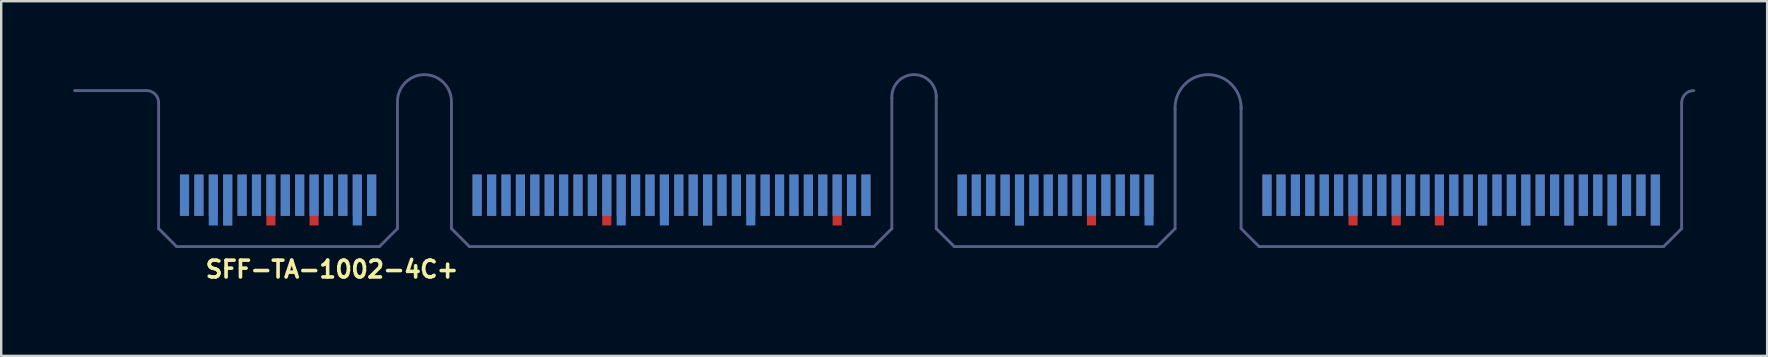
<source format=kicad_pcb>
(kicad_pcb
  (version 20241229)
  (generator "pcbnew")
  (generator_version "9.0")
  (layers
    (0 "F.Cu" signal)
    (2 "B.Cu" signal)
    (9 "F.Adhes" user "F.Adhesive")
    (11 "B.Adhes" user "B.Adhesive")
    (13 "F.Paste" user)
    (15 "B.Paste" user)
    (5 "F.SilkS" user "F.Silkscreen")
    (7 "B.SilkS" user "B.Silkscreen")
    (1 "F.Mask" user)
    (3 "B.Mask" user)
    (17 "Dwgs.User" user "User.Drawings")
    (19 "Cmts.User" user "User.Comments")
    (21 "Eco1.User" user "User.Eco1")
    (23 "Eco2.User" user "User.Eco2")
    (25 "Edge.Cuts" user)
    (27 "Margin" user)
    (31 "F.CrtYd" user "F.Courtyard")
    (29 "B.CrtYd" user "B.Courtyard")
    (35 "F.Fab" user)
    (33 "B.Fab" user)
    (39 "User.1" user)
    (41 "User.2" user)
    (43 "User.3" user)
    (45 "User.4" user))
  (footprint "SFF-TA-1002-4C+"
    (layer "F.Cu")
    (at 35.04 5.286)
    (property "Reference" "SFF-TA-1002-4C+" (at -29.6 3.3 0) (layer "F.SilkS") (effects (font (size 0.7 0.7) (thickness 0.15)) (justify left bottom)))
    (attr through_hole)
    (fp_line (start -34.98 -4.56) (end -31.98 -4.56) (stroke (width 0.12) (type solid)) (layer "B.Fab"))
    (fp_line (start -31.48 1.19) (end -31.48 -4.06) (stroke (width 0.12) (type solid)) (layer "B.Fab"))
    (fp_line (start -30.73 1.94) (end -31.48 1.19) (stroke (width 0.12) (type solid)) (layer "B.Fab"))
    (fp_line (start -30.73 1.94) (end -22.275 1.94) (stroke (width 0.12) (type solid)) (layer "B.Fab"))
    (fp_line (start -21.525 1.19) (end -22.275 1.94) (stroke (width 0.12) (type solid)) (layer "B.Fab"))
    (fp_line (start -21.525 1.19) (end -21.525 -4.06) (stroke (width 0.12) (type solid)) (layer "B.Fab"))
    (fp_line (start -19.275 1.19) (end -19.275 -4.06) (stroke (width 0.12) (type solid)) (layer "B.Fab"))
    (fp_line (start -19.275 1.19) (end -18.525 1.94) (stroke (width 0.12) (type solid)) (layer "B.Fab"))
    (fp_line (start -18.525 1.94) (end -1.67 1.94) (stroke (width 0.12) (type solid)) (layer "B.Fab"))
    (fp_line (start -0.92 1.19) (end -1.67 1.94) (stroke (width 0.12) (type solid)) (layer "B.Fab"))
    (fp_line (start -0.92 1.19) (end -0.92 -4.26) (stroke (width 0.12) (type solid)) (layer "B.Fab"))
    (fp_line (start 0.93 1.19) (end 0.93 -4.34) (stroke (width 0.12) (type solid)) (layer "B.Fab"))
    (fp_line (start 0.93 1.19) (end 1.68 1.94) (stroke (width 0.12) (type solid)) (layer "B.Fab"))
    (fp_line (start 1.68 1.94) (end 10.135 1.94) (stroke (width 0.12) (type solid)) (layer "B.Fab"))
    (fp_line (start 10.135 1.94) (end 10.885 1.19) (stroke (width 0.12) (type solid)) (layer "B.Fab"))
    (fp_line (start 10.885 1.19) (end 10.885 -3.81) (stroke (width 0.12) (type solid)) (layer "B.Fab"))
    (fp_line (start 13.635 1.19) (end 13.635 -3.89) (stroke (width 0.12) (type solid)) (layer "B.Fab"))
    (fp_line (start 14.385 1.94) (end 13.635 1.19) (stroke (width 0.12) (type solid)) (layer "B.Fab"))
    (fp_line (start 14.385 1.94) (end 31.245 1.94) (stroke (width 0.12) (type solid)) (layer "B.Fab"))
    (fp_line (start 31.995 1.19) (end 31.245 1.94) (stroke (width 0.12) (type solid)) (layer "B.Fab"))
    (fp_line (start 31.995 1.19) (end 31.995 -4.06) (stroke (width 0.12) (type solid)) (layer "B.Fab"))
    (fp_arc (start -31.98 -4.56) (mid -31.626447 -4.413553) (end -31.48 -4.06) (stroke (width 0.12) (type solid)) (layer "B.Fab"))
    (fp_arc (start -21.525 -4.06) (mid -20.4 -5.225711) (end -19.275 -4.06) (stroke (width 0.12) (type solid)) (layer "B.Fab"))
    (fp_arc (start -0.92 -4.26) (mid -0.015005 -5.225648) (end 0.930864 -4.3) (stroke (width 0.12) (type solid)) (layer "B.Fab"))
    (fp_arc (start 10.885 -3.81) (mid 12.264997 -5.225573) (end 13.634673 -3.800012) (stroke (width 0.12) (type solid)) (layer "B.Fab"))
    (fp_arc (start 32 -4.06) (mid 32.146447 -4.413553) (end 32.5 -4.56) (stroke (width 0.12) (type solid)) (layer "B.Fab"))
    (pad "A1" smd rect (at -18.205 -0.2) (size 0.38 1.72) (layers "B.Cu" "B.Mask"))
    (pad "A2" smd rect (at -17.6 -0.2) (size 0.38 1.72) (layers "B.Cu" "B.Mask"))
    (pad "A3" smd rect (at -17 -0.2) (size 0.38 1.72) (layers "B.Cu" "B.Mask"))
    (pad "A4" smd rect (at -16.4 -0.2) (size 0.38 1.72) (layers "B.Cu" "B.Mask"))
    (pad "A5" smd rect (at -15.8 -0.2) (size 0.38 1.72) (layers "B.Cu" "B.Mask"))
    (pad "A6" smd rect (at -15.2 -0.2) (size 0.38 1.72) (layers "B.Cu" "B.Mask"))
    (pad "A7" smd rect (at -14.6 -0.2) (size 0.38 1.72) (layers "B.Cu" "B.Mask"))
    (pad "A8" smd rect (at -14 -0.2) (size 0.38 1.72) (layers "B.Cu" "B.Mask"))
    (pad "A9" smd rect (at -13.4 -0.2) (size 0.38 1.72) (layers "B.Cu" "B.Mask"))
    (pad "A10" smd rect (at -12.8 -0.2) (size 0.38 1.72) (layers "B.Cu" "B.Mask"))
    (pad "A11" smd rect (at -12.2 0) (size 0.38 2.12) (layers "B.Cu" "B.Mask"))
    (pad "A12" smd rect (at -11.6 -0.2) (size 0.38 1.72) (layers "B.Cu" "B.Mask"))
    (pad "A13" smd rect (at -11 -0.2) (size 0.38 1.72) (layers "B.Cu" "B.Mask"))
    (pad "A14" smd rect (at -10.4 0) (size 0.38 2.12) (layers "B.Cu" "B.Mask"))
    (pad "A15" smd rect (at -9.8 -0.2) (size 0.38 1.72) (layers "B.Cu" "B.Mask"))
    (pad "A16" smd rect (at -9.2 -0.2) (size 0.38 1.72) (layers "B.Cu" "B.Mask"))
    (pad "A17" smd rect (at -8.6 0) (size 0.38 2.12) (layers "B.Cu" "B.Mask"))
    (pad "A18" smd rect (at -8 -0.2) (size 0.38 1.72) (layers "B.Cu" "B.Mask"))
    (pad "A19" smd rect (at -7.4 -0.2) (size 0.38 1.72) (layers "B.Cu" "B.Mask"))
    (pad "A20" smd rect (at -6.8 0) (size 0.38 2.12) (layers "B.Cu" "B.Mask"))
    (pad "A21" smd rect (at -6.2 -0.2) (size 0.38 1.72) (layers "B.Cu" "B.Mask"))
    (pad "A22" smd rect (at -5.6 -0.2) (size 0.38 1.72) (layers "B.Cu" "B.Mask"))
    (pad "A23" smd rect (at -5 -0.2) (size 0.38 1.72) (layers "B.Cu" "B.Mask"))
    (pad "A24" smd rect (at -4.4 -0.2) (size 0.38 1.72) (layers "B.Cu" "B.Mask"))
    (pad "A25" smd rect (at -3.8 -0.2) (size 0.38 1.72) (layers "B.Cu" "B.Mask"))
    (pad "A26" smd rect (at -3.2 -0.2) (size 0.38 1.72) (layers "B.Cu" "B.Mask"))
    (pad "A27" smd rect (at -2.6 -0.2) (size 0.38 1.72) (layers "B.Cu" "B.Mask"))
    (pad "A28" smd rect (at -2 -0.2) (size 0.38 1.72) (layers "B.Cu" "B.Mask"))
    (pad "A29" smd rect (at 2.01 -0.2) (size 0.38 1.72) (layers "B.Cu" "B.Mask"))
    (pad "A30" smd rect (at 2.6 -0.2) (size 0.38 1.72) (layers "B.Cu" "B.Mask"))
    (pad "A31" smd rect (at 3.2 -0.2) (size 0.38 1.72) (layers "B.Cu" "B.Mask"))
    (pad "A32" smd rect (at 3.8 -0.2) (size 0.38 1.72) (layers "B.Cu" "B.Mask"))
    (pad "A33" smd rect (at 4.4 0) (size 0.38 2.12) (layers "B.Cu" "B.Mask"))
    (pad "A34" smd rect (at 5 -0.2) (size 0.38 1.72) (layers "B.Cu" "B.Mask"))
    (pad "A35" smd rect (at 5.6 -0.2) (size 0.38 1.72) (layers "B.Cu" "B.Mask"))
    (pad "A36" smd rect (at 6.2 -0.2) (size 0.38 1.72) (layers "B.Cu" "B.Mask"))
    (pad "A37" smd rect (at 6.8 -0.2) (size 0.38 1.72) (layers "B.Cu" "B.Mask"))
    (pad "A38" smd rect (at 7.4 -0.2) (size 0.38 1.72) (layers "B.Cu" "B.Mask"))
    (pad "A39" smd rect (at 8 -0.2) (size 0.38 1.72) (layers "B.Cu" "B.Mask"))
    (pad "A40" smd rect (at 8.6 -0.2) (size 0.38 1.72) (layers "B.Cu" "B.Mask"))
    (pad "A41" smd rect (at 9.2 -0.2) (size 0.38 1.72) (layers "B.Cu" "B.Mask"))
    (pad "A42" smd rect (at 9.8 0) (size 0.38 2.12) (layers "B.Cu" "B.Mask"))
    (pad "A43" smd rect (at 14.715 -0.2) (size 0.38 1.72) (layers "B.Cu" "B.Mask"))
    (pad "A44" smd rect (at 15.3 -0.2) (size 0.38 1.72) (layers "B.Cu" "B.Mask"))
    (pad "A45" smd rect (at 15.9 -0.2) (size 0.38 1.72) (layers "B.Cu" "B.Mask"))
    (pad "A46" smd rect (at 16.5 -0.2) (size 0.38 1.72) (layers "B.Cu" "B.Mask"))
    (pad "A47" smd rect (at 17.1 -0.2) (size 0.38 1.72) (layers "B.Cu" "B.Mask"))
    (pad "A48" smd rect (at 17.7 -0.2) (size 0.38 1.72) (layers "B.Cu" "B.Mask"))
    (pad "A49" smd rect (at 18.3 -0.2) (size 0.38 1.72) (layers "B.Cu" "B.Mask"))
    (pad "A50" smd rect (at 18.9 -0.2) (size 0.38 1.72) (layers "B.Cu" "B.Mask"))
    (pad "A51" smd rect (at 19.5 -0.2) (size 0.38 1.72) (layers "B.Cu" "B.Mask"))
    (pad "A52" smd rect (at 20.1 -0.2) (size 0.38 1.72) (layers "B.Cu" "B.Mask"))
    (pad "A53" smd rect (at 20.7 -0.2) (size 0.38 1.72) (layers "B.Cu" "B.Mask"))
    (pad "A54" smd rect (at 21.3 -0.2) (size 0.38 1.72) (layers "B.Cu" "B.Mask"))
    (pad "A55" smd rect (at 21.9 -0.2) (size 0.38 1.72) (layers "B.Cu" "B.Mask"))
    (pad "A56" smd rect (at 22.5 -0.2) (size 0.38 1.72) (layers "B.Cu" "B.Mask"))
    (pad "A57" smd rect (at 23.1 -0.2) (size 0.38 1.72) (layers "B.Cu" "B.Mask"))
    (pad "A58" smd rect (at 23.7 0) (size 0.38 2.12) (layers "B.Cu" "B.Mask"))
    (pad "A59" smd rect (at 24.3 -0.2) (size 0.38 1.72) (layers "B.Cu" "B.Mask"))
    (pad "A60" smd rect (at 24.9 -0.2) (size 0.38 1.72) (layers "B.Cu" "B.Mask"))
    (pad "A61" smd rect (at 25.5 0) (size 0.38 2.12) (layers "B.Cu" "B.Mask"))
    (pad "A62" smd rect (at 26.1 -0.2) (size 0.38 1.72) (layers "B.Cu" "B.Mask"))
    (pad "A63" smd rect (at 26.7 -0.2) (size 0.38 1.72) (layers "B.Cu" "B.Mask"))
    (pad "A64" smd rect (at 27.3 0) (size 0.38 2.12) (layers "B.Cu" "B.Mask"))
    (pad "A65" smd rect (at 27.9 -0.2) (size 0.38 1.72) (layers "B.Cu" "B.Mask"))
    (pad "A66" smd rect (at 28.5 -0.2) (size 0.38 1.72) (layers "B.Cu" "B.Mask"))
    (pad "A67" smd rect (at 29.1 0) (size 0.38 2.12) (layers "B.Cu" "B.Mask"))
    (pad "A68" smd rect (at 29.7 -0.2) (size 0.38 1.72) (layers "B.Cu" "B.Mask"))
    (pad "A69" smd rect (at 30.3 -0.2) (size 0.38 1.72) (layers "B.Cu" "B.Mask"))
    (pad "A70" smd rect (at 30.9 0) (size 0.38 2.12) (layers "B.Cu" "B.Mask"))
    (pad "B1" smd rect (at -18.205 -0.2) (size 0.38 1.72) (layers "F.Cu" "F.Mask"))
    (pad "B2" smd rect (at -17.6 -0.2) (size 0.38 1.72) (layers "F.Cu" "F.Mask"))
    (pad "B3" smd rect (at -17 -0.2) (size 0.38 1.72) (layers "F.Cu" "F.Mask"))
    (pad "B4" smd rect (at -16.4 -0.2) (size 0.38 1.72) (layers "F.Cu" "F.Mask"))
    (pad "B5" smd rect (at -15.8 -0.2) (size 0.38 1.72) (layers "F.Cu" "F.Mask"))
    (pad "B6" smd rect (at -15.2 -0.2) (size 0.38 1.72) (layers "F.Cu" "F.Mask"))
    (pad "B7" smd rect (at -14.6 -0.2) (size 0.38 1.72) (layers "F.Cu" "F.Mask"))
    (pad "B8" smd rect (at -14 -0.2) (size 0.38 1.72) (layers "F.Cu" "F.Mask"))
    (pad "B9" smd rect (at -13.4 -0.2) (size 0.38 1.72) (layers "F.Cu" "F.Mask"))
    (pad "B10" smd rect (at -12.8 0) (size 0.38 2.12) (layers "F.Cu" "F.Mask"))
    (pad "B11" smd rect (at -12.2 -0.2) (size 0.38 1.72) (layers "F.Cu" "F.Mask"))
    (pad "B12" smd rect (at -11.6 -0.2) (size 0.38 1.72) (layers "F.Cu" "F.Mask"))
    (pad "B13" smd rect (at -11 -0.2) (size 0.38 1.72) (layers "F.Cu" "F.Mask"))
    (pad "B14" smd rect (at -10.4 -0.2) (size 0.38 1.72) (layers "F.Cu" "F.Mask"))
    (pad "B15" smd rect (at -9.8 -0.2) (size 0.38 1.72) (layers "F.Cu" "F.Mask"))
    (pad "B16" smd rect (at -9.2 -0.2) (size 0.38 1.72) (layers "F.Cu" "F.Mask"))
    (pad "B17" smd rect (at -8.6 0) (size 0.38 2.12) (layers "F.Cu" "F.Mask"))
    (pad "B18" smd rect (at -8 -0.2) (size 0.38 1.72) (layers "F.Cu" "F.Mask"))
    (pad "B19" smd rect (at -7.4 -0.2) (size 0.38 1.72) (layers "F.Cu" "F.Mask"))
    (pad "B20" smd rect (at -6.8 -0.2) (size 0.38 1.72) (layers "F.Cu" "F.Mask"))
    (pad "B21" smd rect (at -6.2 -0.2) (size 0.38 1.72) (layers "F.Cu" "F.Mask"))
    (pad "B22" smd rect (at -5.6 -0.2) (size 0.38 1.72) (layers "F.Cu" "F.Mask"))
    (pad "B23" smd rect (at -5 -0.2) (size 0.38 1.72) (layers "F.Cu" "F.Mask"))
    (pad "B24" smd rect (at -4.4 -0.2) (size 0.38 1.72) (layers "F.Cu" "F.Mask"))
    (pad "B25" smd rect (at -3.8 -0.2) (size 0.38 1.72) (layers "F.Cu" "F.Mask"))
    (pad "B26" smd rect (at -3.2 0) (size 0.38 2.12) (layers "F.Cu" "F.Mask"))
    (pad "B27" smd rect (at -2.6 -0.2) (size 0.38 1.72) (layers "F.Cu" "F.Mask"))
    (pad "B28" smd rect (at -2 -0.2) (size 0.38 1.72) (layers "F.Cu" "F.Mask"))
    (pad "B29" smd rect (at 2.01 -0.2) (size 0.38 1.72) (layers "F.Cu" "F.Mask"))
    (pad "B30" smd rect (at 2.6 -0.2) (size 0.38 1.72) (layers "F.Cu" "F.Mask"))
    (pad "B31" smd rect (at 3.2 -0.2) (size 0.38 1.72) (layers "F.Cu" "F.Mask"))
    (pad "B32" smd rect (at 3.8 -0.2) (size 0.38 1.72) (layers "F.Cu" "F.Mask"))
    (pad "B33" smd rect (at 4.4 0) (size 0.38 2.12) (layers "F.Cu" "F.Mask"))
    (pad "B34" smd rect (at 5 -0.2) (size 0.38 1.72) (layers "F.Cu" "F.Mask"))
    (pad "B35" smd rect (at 5.6 -0.2) (size 0.38 1.72) (layers "F.Cu" "F.Mask"))
    (pad "B36" smd rect (at 6.2 -0.2) (size 0.38 1.72) (layers "F.Cu" "F.Mask"))
    (pad "B37" smd rect (at 6.8 -0.2) (size 0.38 1.72) (layers "F.Cu" "F.Mask"))
    (pad "B38" smd rect (at 7.4 0) (size 0.38 2.12) (layers "F.Cu" "F.Mask"))
    (pad "B39" smd rect (at 8 -0.2) (size 0.38 1.72) (layers "F.Cu" "F.Mask"))
    (pad "B40" smd rect (at 8.6 -0.2) (size 0.38 1.72) (layers "F.Cu" "F.Mask"))
    (pad "B41" smd rect (at 9.2 -0.2) (size 0.38 1.72) (layers "F.Cu" "F.Mask"))
    (pad "B42" smd rect (at 9.8 -0.2) (size 0.38 1.72) (layers "F.Cu" "F.Mask"))
    (pad "B43" smd rect (at 14.715 -0.2) (size 0.38 1.72) (layers "F.Cu" "F.Mask"))
    (pad "B44" smd rect (at 15.3 -0.2) (size 0.38 1.72) (layers "F.Cu" "F.Mask"))
    (pad "B45" smd rect (at 15.9 -0.2) (size 0.38 1.72) (layers "F.Cu" "F.Mask"))
    (pad "B46" smd rect (at 16.5 -0.2) (size 0.38 1.72) (layers "F.Cu" "F.Mask"))
    (pad "B47" smd rect (at 17.1 -0.2) (size 0.38 1.72) (layers "F.Cu" "F.Mask"))
    (pad "B48" smd rect (at 17.7 -0.2) (size 0.38 1.72) (layers "F.Cu" "F.Mask"))
    (pad "B49" smd rect (at 18.3 0) (size 0.38 2.12) (layers "F.Cu" "F.Mask"))
    (pad "B50" smd rect (at 18.9 -0.2) (size 0.38 1.72) (layers "F.Cu" "F.Mask"))
    (pad "B51" smd rect (at 19.5 -0.2) (size 0.38 1.72) (layers "F.Cu" "F.Mask"))
    (pad "B52" smd rect (at 20.1 0) (size 0.38 2.12) (layers "F.Cu" "F.Mask"))
    (pad "B53" smd rect (at 20.7 -0.2) (size 0.38 1.72) (layers "F.Cu" "F.Mask"))
    (pad "B54" smd rect (at 21.3 -0.2) (size 0.38 1.72) (layers "F.Cu" "F.Mask"))
    (pad "B55" smd rect (at 21.9 0) (size 0.38 2.12) (layers "F.Cu" "F.Mask"))
    (pad "B56" smd rect (at 22.5 -0.2) (size 0.38 1.72) (layers "F.Cu" "F.Mask"))
    (pad "B57" smd rect (at 23.1 -0.2) (size 0.38 1.72) (layers "F.Cu" "F.Mask"))
    (pad "B58" smd rect (at 23.7 0) (size 0.38 2.12) (layers "F.Cu" "F.Mask"))
    (pad "B59" smd rect (at 24.3 -0.2) (size 0.38 1.72) (layers "F.Cu" "F.Mask"))
    (pad "B60" smd rect (at 24.9 -0.2) (size 0.38 1.72) (layers "F.Cu" "F.Mask"))
    (pad "B61" smd rect (at 25.5 0) (size 0.38 2.12) (layers "F.Cu" "F.Mask"))
    (pad "B62" smd rect (at 26.1 -0.2) (size 0.38 1.72) (layers "F.Cu" "F.Mask"))
    (pad "B63" smd rect (at 26.7 -0.2) (size 0.38 1.72) (layers "F.Cu" "F.Mask"))
    (pad "B64" smd rect (at 27.3 0) (size 0.38 2.12) (layers "F.Cu" "F.Mask"))
    (pad "B65" smd rect (at 27.9 -0.2) (size 0.38 1.72) (layers "F.Cu" "F.Mask"))
    (pad "B66" smd rect (at 28.5 -0.2) (size 0.38 1.72) (layers "F.Cu" "F.Mask"))
    (pad "B67" smd rect (at 29.1 0) (size 0.38 2.12) (layers "F.Cu" "F.Mask"))
    (pad "B68" smd rect (at 29.7 -0.2) (size 0.38 1.72) (layers "F.Cu" "F.Mask"))
    (pad "B69" smd rect (at 30.3 -0.2) (size 0.38 1.72) (layers "F.Cu" "F.Mask"))
    (pad "B70" smd rect (at 30.9 0) (size 0.38 2.12) (layers "F.Cu" "F.Mask"))
    (pad "OA1" smd rect (at -30.4 -0.2) (size 0.38 1.72) (layers "B.Cu" "B.Mask"))
    (pad "OA2" smd rect (at -29.8 -0.2) (size 0.38 1.72) (layers "B.Cu" "B.Mask"))
    (pad "OA3" smd rect (at -29.2 0) (size 0.38 2.12) (layers "B.Cu" "B.Mask"))
    (pad "OA4" smd rect (at -28.6 0) (size 0.38 2.12) (layers "B.Cu" "B.Mask"))
    (pad "OA5" smd rect (at -28 -0.2) (size 0.38 1.72) (layers "B.Cu" "B.Mask"))
    (pad "OA6" smd rect (at -27.4 -0.2) (size 0.38 1.72) (layers "B.Cu" "B.Mask"))
    (pad "OA7" smd rect (at -26.8 -0.2) (size 0.38 1.72) (layers "B.Cu" "B.Mask"))
    (pad "OA8" smd rect (at -26.2 -0.2) (size 0.38 1.72) (layers "B.Cu" "B.Mask"))
    (pad "OA9" smd rect (at -25.6 -0.2) (size 0.38 1.72) (layers "B.Cu" "B.Mask"))
    (pad "OA10" smd rect (at -25 -0.2) (size 0.38 1.72) (layers "B.Cu" "B.Mask"))
    (pad "OA11" smd rect (at -24.4 -0.2) (size 0.38 1.72) (layers "B.Cu" "B.Mask"))
    (pad "OA12" smd rect (at -23.8 -0.2) (size 0.38 1.72) (layers "B.Cu" "B.Mask"))
    (pad "OA13" smd rect (at -23.2 0) (size 0.38 2.12) (layers "B.Cu" "B.Mask"))
    (pad "OA14" smd rect (at -22.6 -0.2) (size 0.38 1.72) (layers "B.Cu" "B.Mask"))
    (pad "OB1" smd rect (at -30.4 -0.2) (size 0.38 1.72) (layers "F.Cu" "F.Mask"))
    (pad "OB2" smd rect (at -29.8 -0.2) (size 0.38 1.72) (layers "F.Cu" "F.Mask"))
    (pad "OB3" smd rect (at -29.2 -0.2) (size 0.38 1.72) (layers "F.Cu" "F.Mask"))
    (pad "OB4" smd rect (at -28.6 0) (size 0.38 2.12) (layers "F.Cu" "F.Mask"))
    (pad "OB5" smd rect (at -28 -0.2) (size 0.38 1.72) (layers "F.Cu" "F.Mask"))
    (pad "OB6" smd rect (at -27.4 -0.2) (size 0.38 1.72) (layers "F.Cu" "F.Mask"))
    (pad "OB7" smd rect (at -26.8 0) (size 0.38 2.12) (layers "F.Cu" "F.Mask"))
    (pad "OB8" smd rect (at -26.2 -0.2) (size 0.38 1.72) (layers "F.Cu" "F.Mask"))
    (pad "OB9" smd rect (at -25.6 -0.2) (size 0.38 1.72) (layers "F.Cu" "F.Mask"))
    (pad "OB10" smd rect (at -25 0) (size 0.38 2.12) (layers "F.Cu" "F.Mask"))
    (pad "OB11" smd rect (at -24.4 -0.2) (size 0.38 1.72) (layers "F.Cu" "F.Mask"))
    (pad "OB12" smd rect (at -23.8 -0.2) (size 0.38 1.72) (layers "F.Cu" "F.Mask"))
    (pad "OB13" smd rect (at -23.2 -0.2) (size 0.38 1.72) (layers "F.Cu" "F.Mask"))
    (pad "OB14" smd rect (at -22.6 -0.2) (size 0.38 1.72) (layers "F.Cu" "F.Mask")))
  (gr_rect
    (start -3 -3)
    (end 70.6 11.781)
    (stroke (width 0.1) (type default))
    (fill no)
    (layer "Edge.Cuts")))
</source>
